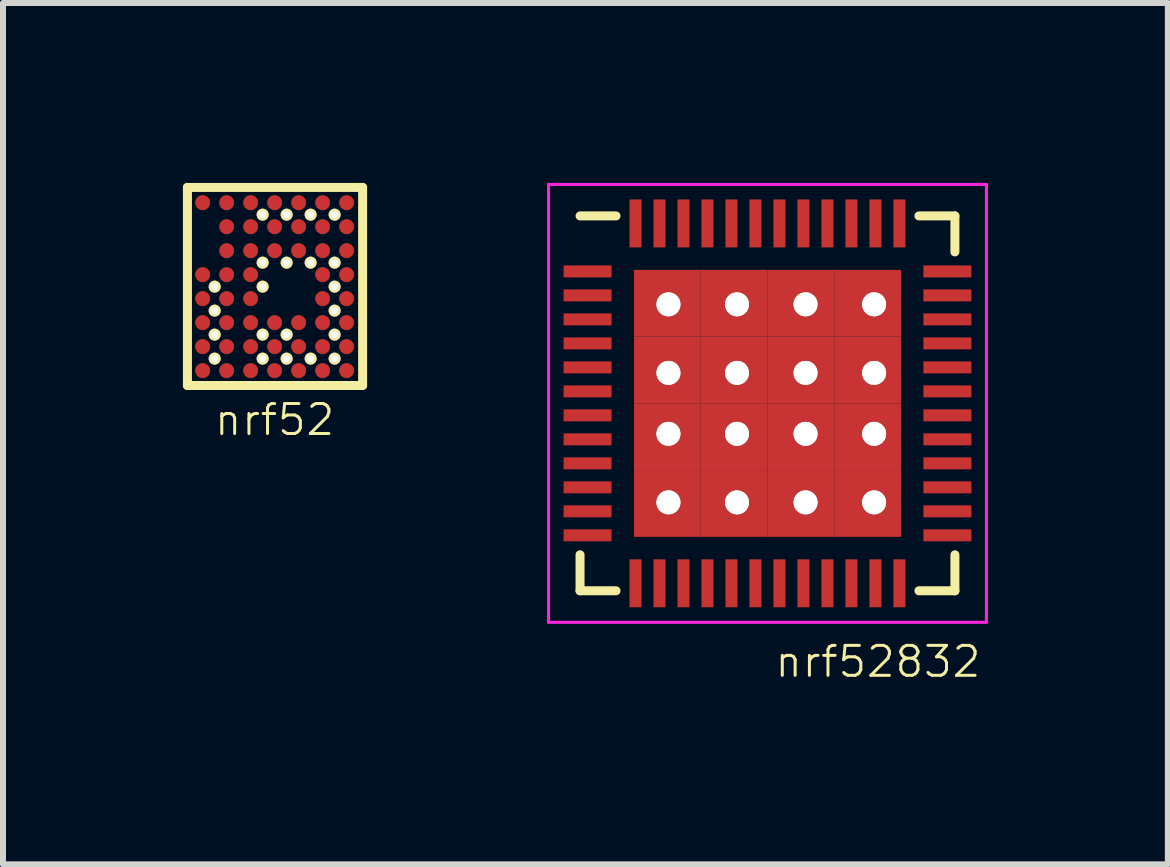
<source format=kicad_pcb>
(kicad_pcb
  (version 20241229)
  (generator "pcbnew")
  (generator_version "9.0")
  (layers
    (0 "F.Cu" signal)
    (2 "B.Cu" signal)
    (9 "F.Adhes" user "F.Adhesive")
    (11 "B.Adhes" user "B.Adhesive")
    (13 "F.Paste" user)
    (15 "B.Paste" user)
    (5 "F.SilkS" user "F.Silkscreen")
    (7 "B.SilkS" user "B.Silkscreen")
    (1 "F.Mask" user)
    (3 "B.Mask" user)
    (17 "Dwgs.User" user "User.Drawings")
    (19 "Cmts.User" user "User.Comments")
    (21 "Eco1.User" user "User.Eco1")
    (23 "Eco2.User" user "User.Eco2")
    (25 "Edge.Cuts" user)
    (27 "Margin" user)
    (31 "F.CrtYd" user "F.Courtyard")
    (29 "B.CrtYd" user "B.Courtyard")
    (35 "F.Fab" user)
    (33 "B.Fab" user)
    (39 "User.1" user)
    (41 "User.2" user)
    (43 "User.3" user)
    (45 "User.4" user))
  (footprint "nrf52"
    (layer "F.Cu")
    (at 0.329 0.329)
    (property "Reference" "nrf52" (at 1.2 3.62 0) (layer "F.SilkS") (effects (font (size 0.5 0.5) (thickness 0.05))))
    (attr through_hole)
    (fp_line (start -0.254 -0.254) (end 2.667 -0.254) (stroke (width 0.15) (type solid)) (layer "F.SilkS"))
    (fp_line (start -0.254 3.048) (end -0.254 -0.254) (stroke (width 0.15) (type solid)) (layer "F.SilkS"))
    (fp_line (start 2.667 -0.254) (end 2.667 3.048) (stroke (width 0.15) (type solid)) (layer "F.SilkS"))
    (fp_line (start 2.667 3.048) (end -0.254 3.048) (stroke (width 0.15) (type solid)) (layer "F.SilkS"))
    (pad "A1" smd circle (at 0 0) (size 0.25 0.25) (layers "F.Cu" "F.Mask" "F.Paste"))
    (pad "A2" smd circle (at 0.4 0) (size 0.25 0.25) (layers "F.Cu" "F.Mask" "F.Paste"))
    (pad "A3" smd circle (at 0.8 0) (size 0.25 0.25) (layers "F.Cu" "F.Mask" "F.Paste"))
    (pad "A4" smd circle (at 1.2 0) (size 0.25 0.25) (layers "F.Cu" "F.Mask" "F.Paste"))
    (pad "A5" smd circle (at 1.6 0) (size 0.25 0.25) (layers "F.Cu" "F.Mask" "F.Paste"))
    (pad "A6" smd circle (at 2 0) (size 0.25 0.25) (layers "F.Cu" "F.Mask" "F.Paste"))
    (pad "A7" smd circle (at 2.4 0) (size 0.25 0.25) (layers "F.Cu" "F.Mask" "F.Paste"))
    (pad "B2" smd circle (at 0.4 0.4) (size 0.25 0.25) (layers "F.Cu" "F.Mask" "F.Paste"))
    (pad "B3" smd circle (at 0.8 0.4) (size 0.25 0.25) (layers "F.Cu" "F.Mask" "F.Paste"))
    (pad "B3" thru_hole circle (at 1 0.2) (size 0.2 0.2) (drill 0.12) (layers "*.Cu" "*.Mask" "F.SilkS"))
    (pad "B4" smd circle (at 1.2 0.4) (size 0.25 0.25) (layers "F.Cu" "F.Mask" "F.Paste"))
    (pad "B4" thru_hole circle (at 1.4 0.2) (size 0.2 0.2) (drill 0.12) (layers "*.Cu" "*.Mask" "F.SilkS"))
    (pad "B5" smd circle (at 1.6 0.4) (size 0.25 0.25) (layers "F.Cu" "F.Mask" "F.Paste"))
    (pad "B5" thru_hole circle (at 1.8 0.2) (size 0.2 0.2) (drill 0.12) (layers "*.Cu" "*.Mask" "F.SilkS"))
    (pad "B6" smd circle (at 2 0.4) (size 0.25 0.25) (layers "F.Cu" "F.Mask" "F.Paste"))
    (pad "B6" thru_hole circle (at 2.2 0.2) (size 0.2 0.2) (drill 0.12) (layers "*.Cu" "*.Mask" "F.SilkS"))
    (pad "B7" smd circle (at 2.4 0.4) (size 0.25 0.25) (layers "F.Cu" "F.Mask" "F.Paste"))
    (pad "C2" smd circle (at 0.4 0.8) (size 0.25 0.25) (layers "F.Cu" "F.Mask" "F.Paste"))
    (pad "C3" smd circle (at 0.8 0.8) (size 0.25 0.25) (layers "F.Cu" "F.Mask" "F.Paste"))
    (pad "C3" thru_hole circle (at 1 1) (size 0.2 0.2) (drill 0.12) (layers "*.Cu" "*.Mask" "F.SilkS"))
    (pad "C4" smd circle (at 1.2 0.8) (size 0.25 0.25) (layers "F.Cu" "F.Mask" "F.Paste"))
    (pad "C4" thru_hole circle (at 1.4 1) (size 0.2 0.2) (drill 0.12) (layers "*.Cu" "*.Mask" "F.SilkS"))
    (pad "C5" smd circle (at 1.6 0.8) (size 0.25 0.25) (layers "F.Cu" "F.Mask" "F.Paste"))
    (pad "C5" thru_hole circle (at 1.8 1) (size 0.2 0.2) (drill 0.12) (layers "*.Cu" "*.Mask" "F.SilkS"))
    (pad "C6" smd circle (at 2 0.8) (size 0.25 0.25) (layers "F.Cu" "F.Mask" "F.Paste"))
    (pad "C6" thru_hole circle (at 2.2 1) (size 0.2 0.2) (drill 0.12) (layers "*.Cu" "*.Mask" "F.SilkS"))
    (pad "C7" smd circle (at 2.4 0.8) (size 0.25 0.25) (layers "F.Cu" "F.Mask" "F.Paste"))
    (pad "D1" smd circle (at 0 1.2) (size 0.25 0.25) (layers "F.Cu" "F.Mask" "F.Paste"))
    (pad "D2" thru_hole circle (at 0.2 1.4) (size 0.2 0.2) (drill 0.12) (layers "*.Cu" "*.Mask" "F.SilkS"))
    (pad "D2" smd circle (at 0.4 1.2) (size 0.25 0.25) (layers "F.Cu" "F.Mask" "F.Paste"))
    (pad "D3" smd circle (at 0.8 1.2) (size 0.25 0.25) (layers "F.Cu" "F.Mask" "F.Paste"))
    (pad "D3" thru_hole circle (at 1 1.4) (size 0.2 0.2) (drill 0.12) (layers "*.Cu" "*.Mask" "F.SilkS"))
    (pad "D6" smd circle (at 2 1.2) (size 0.25 0.25) (layers "F.Cu" "F.Mask" "F.Paste"))
    (pad "D6" thru_hole circle (at 2.2 1.4) (size 0.2 0.2) (drill 0.12) (layers "*.Cu" "*.Mask" "F.SilkS"))
    (pad "D7" smd circle (at 2.4 1.2) (size 0.25 0.25) (layers "F.Cu" "F.Mask" "F.Paste"))
    (pad "E1" smd circle (at 0 1.6) (size 0.25 0.25) (layers "F.Cu" "F.Mask" "F.Paste"))
    (pad "E2" thru_hole circle (at 0.2 1.8) (size 0.2 0.2) (drill 0.12) (layers "*.Cu" "*.Mask" "F.SilkS"))
    (pad "E2" smd circle (at 0.4 1.6) (size 0.25 0.25) (layers "F.Cu" "F.Mask" "F.Paste"))
    (pad "E3" smd circle (at 0.8 1.6) (size 0.25 0.25) (layers "F.Cu" "F.Mask" "F.Paste"))
    (pad "E6" smd circle (at 2 1.6) (size 0.25 0.25) (layers "F.Cu" "F.Mask" "F.Paste"))
    (pad "E6" thru_hole circle (at 2.2 1.8) (size 0.2 0.2) (drill 0.12) (layers "*.Cu" "*.Mask" "F.SilkS"))
    (pad "E7" smd circle (at 2.4 1.6) (size 0.25 0.25) (layers "F.Cu" "F.Mask" "F.Paste"))
    (pad "F1" smd circle (at 0 2) (size 0.25 0.25) (layers "F.Cu" "F.Mask" "F.Paste"))
    (pad "F2" thru_hole circle (at 0.2 2.2) (size 0.2 0.2) (drill 0.12) (layers "*.Cu" "*.Mask" "F.SilkS"))
    (pad "F2" smd circle (at 0.4 2) (size 0.25 0.25) (layers "F.Cu" "F.Mask" "F.Paste"))
    (pad "F3" smd circle (at 0.8 2) (size 0.25 0.25) (layers "F.Cu" "F.Mask" "F.Paste"))
    (pad "F3" thru_hole circle (at 1 2.2) (size 0.2 0.2) (drill 0.12) (layers "*.Cu" "*.Mask" "F.SilkS"))
    (pad "F4" smd circle (at 1.2 2) (size 0.25 0.25) (layers "F.Cu" "F.Mask" "F.Paste"))
    (pad "F4" thru_hole circle (at 1.4 2.2) (size 0.2 0.2) (drill 0.12) (layers "*.Cu" "*.Mask" "F.SilkS"))
    (pad "F5" smd circle (at 1.6 2) (size 0.25 0.25) (layers "F.Cu" "F.Mask" "F.Paste"))
    (pad "F6" smd circle (at 2 2) (size 0.25 0.25) (layers "F.Cu" "F.Mask" "F.Paste"))
    (pad "F6" thru_hole circle (at 2.2 2.2) (size 0.2 0.2) (drill 0.12) (layers "*.Cu" "*.Mask" "F.SilkS"))
    (pad "F7" smd circle (at 2.4 2) (size 0.25 0.25) (layers "F.Cu" "F.Mask" "F.Paste"))
    (pad "G1" smd circle (at 0 2.4) (size 0.25 0.25) (layers "F.Cu" "F.Mask" "F.Paste"))
    (pad "G2" thru_hole circle (at 0.2 2.6) (size 0.2 0.2) (drill 0.12) (layers "*.Cu" "*.Mask" "F.SilkS"))
    (pad "G2" smd circle (at 0.4 2.4) (size 0.25 0.25) (layers "F.Cu" "F.Mask" "F.Paste"))
    (pad "G3" smd circle (at 0.8 2.4) (size 0.25 0.25) (layers "F.Cu" "F.Mask" "F.Paste"))
    (pad "G3" thru_hole circle (at 1 2.6) (size 0.2 0.2) (drill 0.12) (layers "*.Cu" "*.Mask" "F.SilkS"))
    (pad "G4" smd circle (at 1.2 2.4) (size 0.25 0.25) (layers "F.Cu" "F.Mask" "F.Paste"))
    (pad "G4" thru_hole circle (at 1.4 2.6) (size 0.2 0.2) (drill 0.12) (layers "*.Cu" "*.Mask" "F.SilkS"))
    (pad "G5" smd circle (at 1.6 2.4) (size 0.25 0.25) (layers "F.Cu" "F.Mask" "F.Paste"))
    (pad "G5" thru_hole circle (at 1.8 2.6) (size 0.2 0.2) (drill 0.12) (layers "*.Cu" "*.Mask" "F.SilkS"))
    (pad "G6" smd circle (at 2 2.4) (size 0.25 0.25) (layers "F.Cu" "F.Mask" "F.Paste"))
    (pad "G6" thru_hole circle (at 2.2 2.6) (size 0.2 0.2) (drill 0.12) (layers "*.Cu" "*.Mask" "F.SilkS"))
    (pad "G7" smd circle (at 2.4 2.4) (size 0.25 0.25) (layers "F.Cu" "F.Mask" "F.Paste"))
    (pad "H1" smd circle (at 0 2.8) (size 0.25 0.25) (layers "F.Cu" "F.Mask" "F.Paste"))
    (pad "H2" smd circle (at 0.4 2.8) (size 0.25 0.25) (layers "F.Cu" "F.Mask" "F.Paste"))
    (pad "H3" smd circle (at 0.8 2.8) (size 0.25 0.25) (layers "F.Cu" "F.Mask" "F.Paste"))
    (pad "H4" smd circle (at 1.2 2.8) (size 0.25 0.25) (layers "F.Cu" "F.Mask" "F.Paste"))
    (pad "H5" smd circle (at 1.6 2.8) (size 0.25 0.25) (layers "F.Cu" "F.Mask" "F.Paste"))
    (pad "H6" smd circle (at 2 2.8) (size 0.25 0.25) (layers "F.Cu" "F.Mask" "F.Paste"))
    (pad "H7" smd circle (at 2.4 2.8) (size 0.25 0.25) (layers "F.Cu" "F.Mask" "F.Paste")))
  (footprint "nrf52832"
    (layer "F.Cu")
    (at 9.746 3.675)
    (property "Reference" "nrf52832" (at 1.842 4.306 180) (layer "F.SilkS") (effects (font (size 0.5 0.5) (thickness 0.05))))
    (attr smd)
    (fp_line (start -3.125 -3.125) (end -2.525 -3.125) (stroke (width 0.15) (type solid)) (layer "F.SilkS"))
    (fp_line (start -3.125 3.125) (end -3.125 2.525) (stroke (width 0.15) (type solid)) (layer "F.SilkS"))
    (fp_line (start -3.125 3.125) (end -2.525 3.125) (stroke (width 0.15) (type solid)) (layer "F.SilkS"))
    (fp_line (start 3.125 -3.125) (end 2.525 -3.125) (stroke (width 0.15) (type solid)) (layer "F.SilkS"))
    (fp_line (start 3.125 -3.125) (end 3.125 -2.525) (stroke (width 0.15) (type solid)) (layer "F.SilkS"))
    (fp_line (start 3.125 3.125) (end 2.525 3.125) (stroke (width 0.15) (type solid)) (layer "F.SilkS"))
    (fp_line (start 3.125 3.125) (end 3.125 2.525) (stroke (width 0.15) (type solid)) (layer "F.SilkS"))
    (fp_line (start -3.65 -3.65) (end -3.65 3.65) (stroke (width 0.05) (type solid)) (layer "F.CrtYd"))
    (fp_line (start -3.65 -3.65) (end 3.65 -3.65) (stroke (width 0.05) (type solid)) (layer "F.CrtYd"))
    (fp_line (start -3.65 3.65) (end 3.65 3.65) (stroke (width 0.05) (type solid)) (layer "F.CrtYd"))
    (fp_line (start 3.65 -3.65) (end 3.65 3.65) (stroke (width 0.05) (type solid)) (layer "F.CrtYd"))
    (pad "" smd rect (at -1.669 -1.669) (size 1.113 1.113) (layers "F.Cu" "F.Mask" "F.Paste"))
    (pad "" smd rect (at -1.669 -0.556) (size 1.113 1.113) (layers "F.Cu" "F.Mask" "F.Paste"))
    (pad "" smd rect (at -1.669 0.556) (size 1.113 1.113) (layers "F.Cu" "F.Mask" "F.Paste"))
    (pad "" smd rect (at -1.669 1.669) (size 1.113 1.113) (layers "F.Cu" "F.Mask" "F.Paste"))
    (pad "" thru_hole circle (at -1.651 -1.651) (size 0.4 0.4) (drill 0.4) (layers "*.Cu" "*.Mask" "F.SilkS"))
    (pad "" thru_hole circle (at -1.651 -0.508) (size 0.4 0.4) (drill 0.4) (layers "*.Cu" "*.Mask" "F.SilkS"))
    (pad "" thru_hole circle (at -1.651 0.508) (size 0.4 0.4) (drill 0.4) (layers "*.Cu" "*.Mask" "F.SilkS"))
    (pad "" thru_hole circle (at -1.651 1.651) (size 0.4 0.4) (drill 0.4) (layers "*.Cu" "*.Mask" "F.SilkS"))
    (pad "" smd rect (at -0.556 -1.669) (size 1.113 1.113) (layers "F.Cu" "F.Mask" "F.Paste"))
    (pad "" smd rect (at -0.556 -0.556) (size 1.113 1.113) (layers "F.Cu" "F.Mask" "F.Paste"))
    (pad "" smd rect (at -0.556 0.556) (size 1.113 1.113) (layers "F.Cu" "F.Mask" "F.Paste"))
    (pad "" smd rect (at -0.556 1.669) (size 1.113 1.113) (layers "F.Cu" "F.Mask" "F.Paste"))
    (pad "" thru_hole circle (at -0.508 -1.651) (size 0.4 0.4) (drill 0.4) (layers "*.Cu" "*.Mask" "F.SilkS"))
    (pad "" thru_hole circle (at -0.508 -0.508) (size 0.4 0.4) (drill 0.4) (layers "*.Cu" "*.Mask" "F.SilkS"))
    (pad "" thru_hole circle (at -0.508 0.508) (size 0.4 0.4) (drill 0.4) (layers "*.Cu" "*.Mask" "F.SilkS"))
    (pad "" thru_hole circle (at -0.508 1.651) (size 0.4 0.4) (drill 0.4) (layers "*.Cu" "*.Mask" "F.SilkS"))
    (pad "" smd rect (at 0.556 -1.669) (size 1.113 1.113) (layers "F.Cu" "F.Mask" "F.Paste"))
    (pad "" smd rect (at 0.556 -0.556) (size 1.113 1.113) (layers "F.Cu" "F.Mask" "F.Paste"))
    (pad "" smd rect (at 0.556 0.556) (size 1.113 1.113) (layers "F.Cu" "F.Mask" "F.Paste"))
    (pad "" smd rect (at 0.556 1.669) (size 1.113 1.113) (layers "F.Cu" "F.Mask" "F.Paste"))
    (pad "" thru_hole circle (at 0.635 -1.651) (size 0.4 0.4) (drill 0.4) (layers "*.Cu" "*.Mask" "F.SilkS"))
    (pad "" thru_hole circle (at 0.635 -0.508) (size 0.4 0.4) (drill 0.4) (layers "*.Cu" "*.Mask" "F.SilkS"))
    (pad "" thru_hole circle (at 0.635 0.508) (size 0.4 0.4) (drill 0.4) (layers "*.Cu" "*.Mask" "F.SilkS"))
    (pad "" thru_hole circle (at 0.635 1.651) (size 0.4 0.4) (drill 0.4) (layers "*.Cu" "*.Mask" "F.SilkS"))
    (pad "" smd rect (at 1.669 -1.669) (size 1.113 1.113) (layers "F.Cu" "F.Mask" "F.Paste"))
    (pad "" smd rect (at 1.669 -0.556) (size 1.113 1.113) (layers "F.Cu" "F.Mask" "F.Paste"))
    (pad "" smd rect (at 1.669 0.556) (size 1.113 1.113) (layers "F.Cu" "F.Mask" "F.Paste"))
    (pad "" smd rect (at 1.669 1.669) (size 1.113 1.113) (layers "F.Cu" "F.Mask" "F.Paste"))
    (pad "" thru_hole circle (at 1.778 -1.651) (size 0.4 0.4) (drill 0.4) (layers "*.Cu" "*.Mask" "F.SilkS"))
    (pad "" thru_hole circle (at 1.778 -0.508) (size 0.4 0.4) (drill 0.4) (layers "*.Cu" "*.Mask" "F.SilkS"))
    (pad "" thru_hole circle (at 1.778 0.508) (size 0.4 0.4) (drill 0.4) (layers "*.Cu" "*.Mask" "F.SilkS"))
    (pad "" thru_hole circle (at 1.778 1.651) (size 0.4 0.4) (drill 0.4) (layers "*.Cu" "*.Mask" "F.SilkS"))
    (pad "1" smd rect (at -3 -2.2) (size 0.8 0.2) (layers "F.Cu" "F.Mask" "F.Paste"))
    (pad "2" smd rect (at -3 -1.8) (size 0.8 0.2) (layers "F.Cu" "F.Mask" "F.Paste"))
    (pad "3" smd rect (at -3 -1.4) (size 0.8 0.2) (layers "F.Cu" "F.Mask" "F.Paste"))
    (pad "4" smd rect (at -3 -1) (size 0.8 0.2) (layers "F.Cu" "F.Mask" "F.Paste"))
    (pad "5" smd rect (at -3 -0.6) (size 0.8 0.2) (layers "F.Cu" "F.Mask" "F.Paste"))
    (pad "6" smd rect (at -3 -0.2) (size 0.8 0.2) (layers "F.Cu" "F.Mask" "F.Paste"))
    (pad "7" smd rect (at -3 0.2) (size 0.8 0.2) (layers "F.Cu" "F.Mask" "F.Paste"))
    (pad "8" smd rect (at -3 0.6) (size 0.8 0.2) (layers "F.Cu" "F.Mask" "F.Paste"))
    (pad "9" smd rect (at -3 1) (size 0.8 0.2) (layers "F.Cu" "F.Mask" "F.Paste"))
    (pad "10" smd rect (at -3 1.4) (size 0.8 0.2) (layers "F.Cu" "F.Mask" "F.Paste"))
    (pad "11" smd rect (at -3 1.8) (size 0.8 0.2) (layers "F.Cu" "F.Mask" "F.Paste"))
    (pad "12" smd rect (at -3 2.2) (size 0.8 0.2) (layers "F.Cu" "F.Mask" "F.Paste"))
    (pad "13" smd rect (at -2.2 3 90) (size 0.8 0.2) (layers "F.Cu" "F.Mask" "F.Paste"))
    (pad "14" smd rect (at -1.8 3 90) (size 0.8 0.2) (layers "F.Cu" "F.Mask" "F.Paste"))
    (pad "15" smd rect (at -1.4 3 90) (size 0.8 0.2) (layers "F.Cu" "F.Mask" "F.Paste"))
    (pad "16" smd rect (at -1 3 90) (size 0.8 0.2) (layers "F.Cu" "F.Mask" "F.Paste"))
    (pad "17" smd rect (at -0.6 3 90) (size 0.8 0.2) (layers "F.Cu" "F.Mask" "F.Paste"))
    (pad "18" smd rect (at -0.2 3 90) (size 0.8 0.2) (layers "F.Cu" "F.Mask" "F.Paste"))
    (pad "19" smd rect (at 0.2 3 90) (size 0.8 0.2) (layers "F.Cu" "F.Mask" "F.Paste"))
    (pad "20" smd rect (at 0.6 3 90) (size 0.8 0.2) (layers "F.Cu" "F.Mask" "F.Paste"))
    (pad "21" smd rect (at 1 3 90) (size 0.8 0.2) (layers "F.Cu" "F.Mask" "F.Paste"))
    (pad "22" smd rect (at 1.4 3 90) (size 0.8 0.2) (layers "F.Cu" "F.Mask" "F.Paste"))
    (pad "23" smd rect (at 1.8 3 90) (size 0.8 0.2) (layers "F.Cu" "F.Mask" "F.Paste"))
    (pad "24" smd rect (at 2.2 3 90) (size 0.8 0.2) (layers "F.Cu" "F.Mask" "F.Paste"))
    (pad "25" smd rect (at 3 2.2) (size 0.8 0.2) (layers "F.Cu" "F.Mask" "F.Paste"))
    (pad "26" smd rect (at 3 1.8) (size 0.8 0.2) (layers "F.Cu" "F.Mask" "F.Paste"))
    (pad "27" smd rect (at 3 1.4) (size 0.8 0.2) (layers "F.Cu" "F.Mask" "F.Paste"))
    (pad "28" smd rect (at 3 1) (size 0.8 0.2) (layers "F.Cu" "F.Mask" "F.Paste"))
    (pad "29" smd rect (at 3 0.6) (size 0.8 0.2) (layers "F.Cu" "F.Mask" "F.Paste"))
    (pad "30" smd rect (at 3 0.2) (size 0.8 0.2) (layers "F.Cu" "F.Mask" "F.Paste"))
    (pad "31" smd rect (at 3 -0.2) (size 0.8 0.2) (layers "F.Cu" "F.Mask" "F.Paste"))
    (pad "32" smd rect (at 3 -0.6) (size 0.8 0.2) (layers "F.Cu" "F.Mask" "F.Paste"))
    (pad "33" smd rect (at 3 -1) (size 0.8 0.2) (layers "F.Cu" "F.Mask" "F.Paste"))
    (pad "34" smd rect (at 3 -1.4) (size 0.8 0.2) (layers "F.Cu" "F.Mask" "F.Paste"))
    (pad "35" smd rect (at 3 -1.8) (size 0.8 0.2) (layers "F.Cu" "F.Mask" "F.Paste"))
    (pad "36" smd rect (at 3 -2.2) (size 0.8 0.2) (layers "F.Cu" "F.Mask" "F.Paste"))
    (pad "37" smd rect (at 2.2 -3 90) (size 0.8 0.2) (layers "F.Cu" "F.Mask" "F.Paste"))
    (pad "38" smd rect (at 1.8 -3 90) (size 0.8 0.2) (layers "F.Cu" "F.Mask" "F.Paste"))
    (pad "39" smd rect (at 1.4 -3 90) (size 0.8 0.2) (layers "F.Cu" "F.Mask" "F.Paste"))
    (pad "40" smd rect (at 1 -3 90) (size 0.8 0.2) (layers "F.Cu" "F.Mask" "F.Paste"))
    (pad "41" smd rect (at 0.6 -3 90) (size 0.8 0.2) (layers "F.Cu" "F.Mask" "F.Paste"))
    (pad "42" smd rect (at 0.2 -3 90) (size 0.8 0.2) (layers "F.Cu" "F.Mask" "F.Paste"))
    (pad "43" smd rect (at -0.2 -3 90) (size 0.8 0.2) (layers "F.Cu" "F.Mask" "F.Paste"))
    (pad "44" smd rect (at -0.6 -3 90) (size 0.8 0.2) (layers "F.Cu" "F.Mask" "F.Paste"))
    (pad "45" smd rect (at -1 -3 90) (size 0.8 0.2) (layers "F.Cu" "F.Mask" "F.Paste"))
    (pad "46" smd rect (at -1.4 -3 90) (size 0.8 0.2) (layers "F.Cu" "F.Mask" "F.Paste"))
    (pad "47" smd rect (at -1.8 -3 90) (size 0.8 0.2) (layers "F.Cu" "F.Mask" "F.Paste"))
    (pad "48" smd rect (at -2.2 -3 90) (size 0.8 0.2) (layers "F.Cu" "F.Mask" "F.Paste")))
  (gr_rect
    (start -3 -3)
    (end 16.421 11.361)
    (stroke (width 0.1) (type default))
    (fill no)
    (layer "Edge.Cuts")))
</source>
